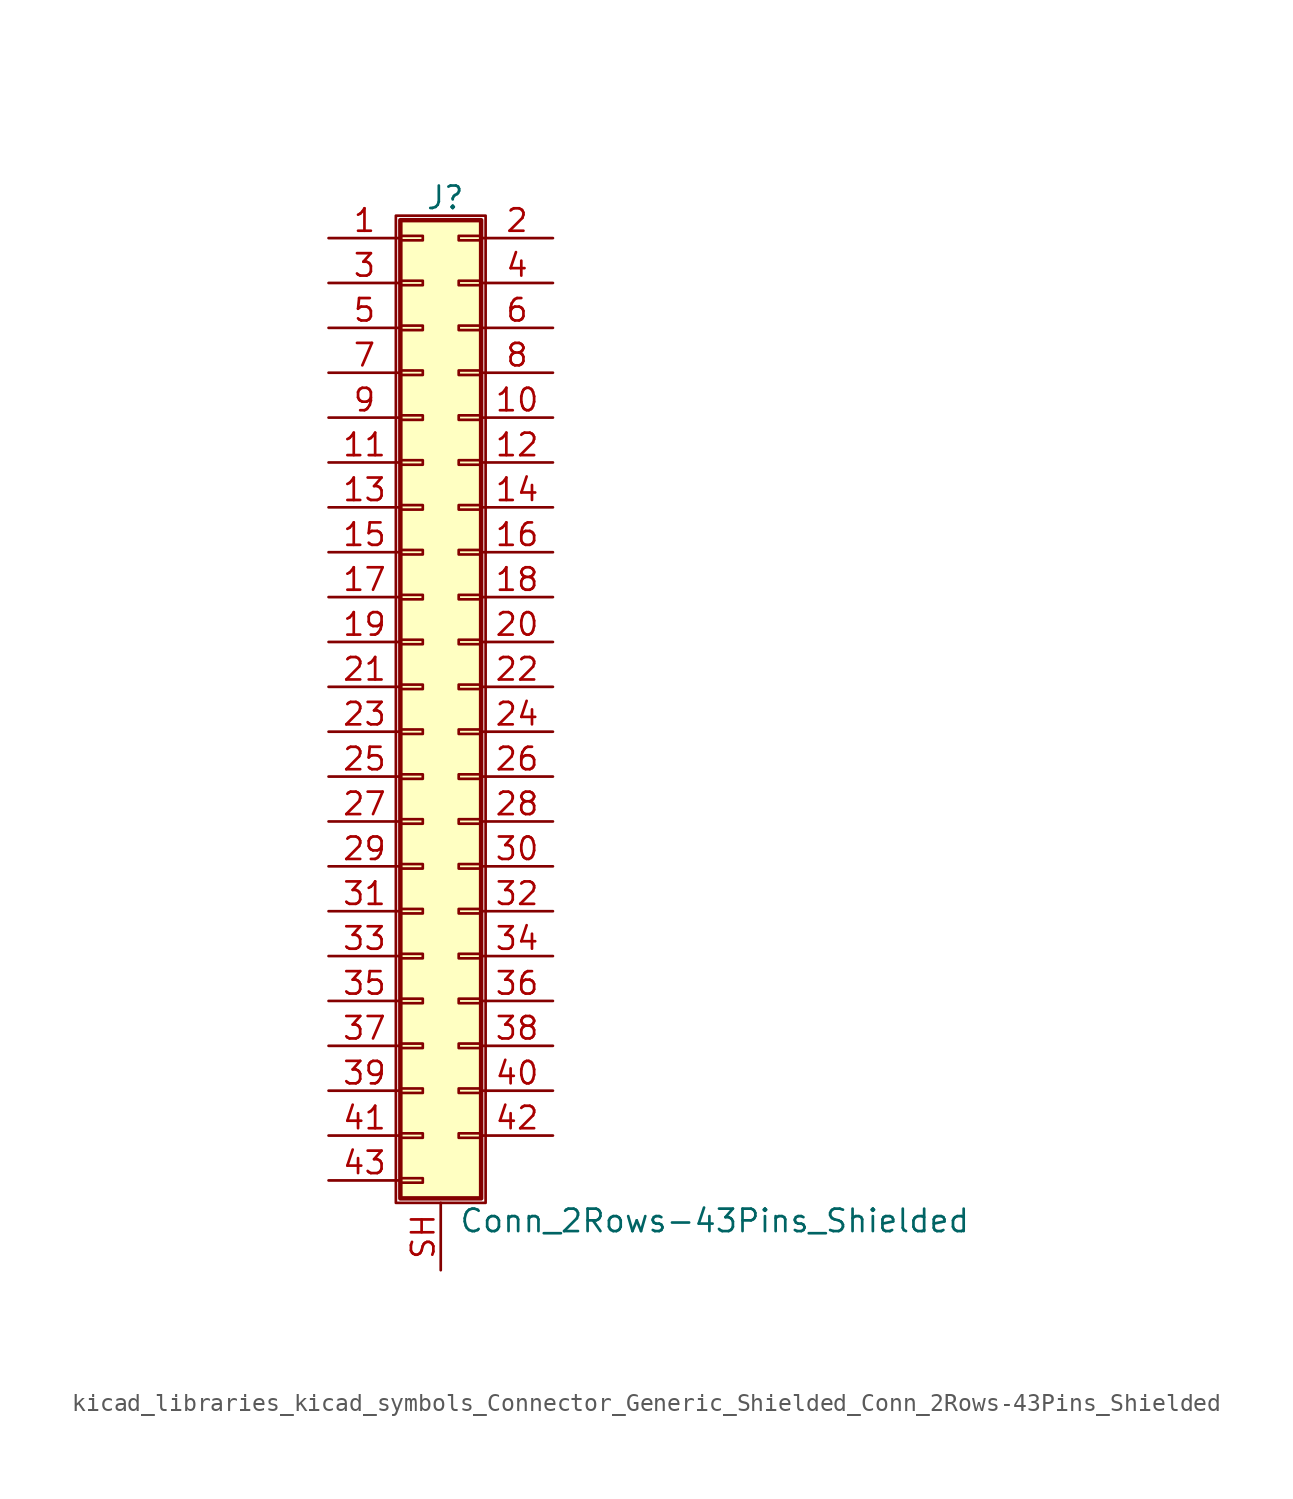
<source format=kicad_sym>
(kicad_symbol_lib
  (version 20220914)
  (generator kicad_symbol_editor)
  (symbol "kicad_libraries_kicad_symbols_Connector_Generic_Shielded_Conn_2Rows-43Pins_Shielded"
    (pin_names
      (offset 1.016) hide)
    (property "Reference" "J"
      (at 1.524 27.686 0)
      (effects (font (size 1.27 1.27))))
    (property "Value" "Conn_2Rows-43Pins_Shielded"
      (at 2.286 -30.226 0)
      (effects (font (size 1.27 1.27)) (justify left)))
    (symbol "kicad_libraries_kicad_symbols_Connector_Generic_Shielded_Conn_2Rows-43Pins_Shielded_1_1"
      (rectangle (start -1.27 26.67) (end 3.81 -29.21) (stroke (width 0.152) (type default)) (fill (type none)))
      (rectangle (start -1.016 -27.813) (end 0.254 -28.067) (stroke (width 0.152) (type default)) (fill (type none)))
      (rectangle (start -1.016 -25.273) (end 0.254 -25.527) (stroke (width 0.152) (type default)) (fill (type none)))
      (rectangle (start -1.016 -22.733) (end 0.254 -22.987) (stroke (width 0.152) (type default)) (fill (type none)))
      (rectangle (start -1.016 -20.193) (end 0.254 -20.447) (stroke (width 0.152) (type default)) (fill (type none)))
      (rectangle (start -1.016 -17.653) (end 0.254 -17.907) (stroke (width 0.152) (type default)) (fill (type none)))
      (rectangle (start -1.016 -15.113) (end 0.254 -15.367) (stroke (width 0.152) (type default)) (fill (type none)))
      (rectangle (start -1.016 -12.573) (end 0.254 -12.827) (stroke (width 0.152) (type default)) (fill (type none)))
      (rectangle (start -1.016 -10.033) (end 0.254 -10.287) (stroke (width 0.152) (type default)) (fill (type none)))
      (rectangle (start -1.016 -7.493) (end 0.254 -7.747) (stroke (width 0.152) (type default)) (fill (type none)))
      (rectangle (start -1.016 -4.953) (end 0.254 -5.207) (stroke (width 0.152) (type default)) (fill (type none)))
      (rectangle (start -1.016 -2.413) (end 0.254 -2.667) (stroke (width 0.152) (type default)) (fill (type none)))
      (rectangle (start -1.016 0.127) (end 0.254 -0.127) (stroke (width 0.152) (type default)) (fill (type none)))
      (rectangle (start -1.016 2.667) (end 0.254 2.413) (stroke (width 0.152) (type default)) (fill (type none)))
      (rectangle (start -1.016 5.207) (end 0.254 4.953) (stroke (width 0.152) (type default)) (fill (type none)))
      (rectangle (start -1.016 7.747) (end 0.254 7.493) (stroke (width 0.152) (type default)) (fill (type none)))
      (rectangle (start -1.016 10.287) (end 0.254 10.033) (stroke (width 0.152) (type default)) (fill (type none)))
      (rectangle (start -1.016 12.827) (end 0.254 12.573) (stroke (width 0.152) (type default)) (fill (type none)))
      (rectangle (start -1.016 15.367) (end 0.254 15.113) (stroke (width 0.152) (type default)) (fill (type none)))
      (rectangle (start -1.016 17.907) (end 0.254 17.653) (stroke (width 0.152) (type default)) (fill (type none)))
      (rectangle (start -1.016 20.447) (end 0.254 20.193) (stroke (width 0.152) (type default)) (fill (type none)))
      (rectangle (start -1.016 22.987) (end 0.254 22.733) (stroke (width 0.152) (type default)) (fill (type none)))
      (rectangle (start -1.016 25.527) (end 0.254 25.273) (stroke (width 0.152) (type default)) (fill (type none)))
      (rectangle (start -1.016 26.416) (end 3.556 -28.956) (stroke (width 0.254) (type default)) (fill (type background)))
      (rectangle (start 3.556 -25.273) (end 2.286 -25.527) (stroke (width 0.152) (type default)) (fill (type none)))
      (rectangle (start 3.556 -22.733) (end 2.286 -22.987) (stroke (width 0.152) (type default)) (fill (type none)))
      (rectangle (start 3.556 -20.193) (end 2.286 -20.447) (stroke (width 0.152) (type default)) (fill (type none)))
      (rectangle (start 3.556 -17.653) (end 2.286 -17.907) (stroke (width 0.152) (type default)) (fill (type none)))
      (rectangle (start 3.556 -15.113) (end 2.286 -15.367) (stroke (width 0.152) (type default)) (fill (type none)))
      (rectangle (start 3.556 -12.573) (end 2.286 -12.827) (stroke (width 0.152) (type default)) (fill (type none)))
      (rectangle (start 3.556 -10.033) (end 2.286 -10.287) (stroke (width 0.152) (type default)) (fill (type none)))
      (rectangle (start 3.556 -7.493) (end 2.286 -7.747) (stroke (width 0.152) (type default)) (fill (type none)))
      (rectangle (start 3.556 -4.953) (end 2.286 -5.207) (stroke (width 0.152) (type default)) (fill (type none)))
      (rectangle (start 3.556 -2.413) (end 2.286 -2.667) (stroke (width 0.152) (type default)) (fill (type none)))
      (rectangle (start 3.556 0.127) (end 2.286 -0.127) (stroke (width 0.152) (type default)) (fill (type none)))
      (rectangle (start 3.556 2.667) (end 2.286 2.413) (stroke (width 0.152) (type default)) (fill (type none)))
      (rectangle (start 3.556 5.207) (end 2.286 4.953) (stroke (width 0.152) (type default)) (fill (type none)))
      (rectangle (start 3.556 7.747) (end 2.286 7.493) (stroke (width 0.152) (type default)) (fill (type none)))
      (rectangle (start 3.556 10.287) (end 2.286 10.033) (stroke (width 0.152) (type default)) (fill (type none)))
      (rectangle (start 3.556 12.827) (end 2.286 12.573) (stroke (width 0.152) (type default)) (fill (type none)))
      (rectangle (start 3.556 15.367) (end 2.286 15.113) (stroke (width 0.152) (type default)) (fill (type none)))
      (rectangle (start 3.556 17.907) (end 2.286 17.653) (stroke (width 0.152) (type default)) (fill (type none)))
      (rectangle (start 3.556 20.447) (end 2.286 20.193) (stroke (width 0.152) (type default)) (fill (type none)))
      (rectangle (start 3.556 22.987) (end 2.286 22.733) (stroke (width 0.152) (type default)) (fill (type none)))
      (rectangle (start 3.556 25.527) (end 2.286 25.273) (stroke (width 0.152) (type default)) (fill (type none)))
      (pin passive line (at -5.08 25.4 0) (length 4.064) (name "Pin_1" (effects (font (size 1.27 1.27)))) (number "1" (effects (font (size 1.27 1.27)))))
      (pin passive line (at 7.62 15.24 180) (length 4.064) (name "Pin_10" (effects (font (size 1.27 1.27)))) (number "10" (effects (font (size 1.27 1.27)))))
      (pin passive line (at -5.08 12.7 0) (length 4.064) (name "Pin_11" (effects (font (size 1.27 1.27)))) (number "11" (effects (font (size 1.27 1.27)))))
      (pin passive line (at 7.62 12.7 180) (length 4.064) (name "Pin_12" (effects (font (size 1.27 1.27)))) (number "12" (effects (font (size 1.27 1.27)))))
      (pin passive line (at -5.08 10.16 0) (length 4.064) (name "Pin_13" (effects (font (size 1.27 1.27)))) (number "13" (effects (font (size 1.27 1.27)))))
      (pin passive line (at 7.62 10.16 180) (length 4.064) (name "Pin_14" (effects (font (size 1.27 1.27)))) (number "14" (effects (font (size 1.27 1.27)))))
      (pin passive line (at -5.08 7.62 0) (length 4.064) (name "Pin_15" (effects (font (size 1.27 1.27)))) (number "15" (effects (font (size 1.27 1.27)))))
      (pin passive line (at 7.62 7.62 180) (length 4.064) (name "Pin_16" (effects (font (size 1.27 1.27)))) (number "16" (effects (font (size 1.27 1.27)))))
      (pin passive line (at -5.08 5.08 0) (length 4.064) (name "Pin_17" (effects (font (size 1.27 1.27)))) (number "17" (effects (font (size 1.27 1.27)))))
      (pin passive line (at 7.62 5.08 180) (length 4.064) (name "Pin_18" (effects (font (size 1.27 1.27)))) (number "18" (effects (font (size 1.27 1.27)))))
      (pin passive line (at -5.08 2.54 0) (length 4.064) (name "Pin_19" (effects (font (size 1.27 1.27)))) (number "19" (effects (font (size 1.27 1.27)))))
      (pin passive line (at 7.62 25.4 180) (length 4.064) (name "Pin_2" (effects (font (size 1.27 1.27)))) (number "2" (effects (font (size 1.27 1.27)))))
      (pin passive line (at 7.62 2.54 180) (length 4.064) (name "Pin_20" (effects (font (size 1.27 1.27)))) (number "20" (effects (font (size 1.27 1.27)))))
      (pin passive line (at -5.08 0 0) (length 4.064) (name "Pin_21" (effects (font (size 1.27 1.27)))) (number "21" (effects (font (size 1.27 1.27)))))
      (pin passive line (at 7.62 0 180) (length 4.064) (name "Pin_22" (effects (font (size 1.27 1.27)))) (number "22" (effects (font (size 1.27 1.27)))))
      (pin passive line (at -5.08 -2.54 0) (length 4.064) (name "Pin_23" (effects (font (size 1.27 1.27)))) (number "23" (effects (font (size 1.27 1.27)))))
      (pin passive line (at 7.62 -2.54 180) (length 4.064) (name "Pin_24" (effects (font (size 1.27 1.27)))) (number "24" (effects (font (size 1.27 1.27)))))
      (pin passive line (at -5.08 -5.08 0) (length 4.064) (name "Pin_25" (effects (font (size 1.27 1.27)))) (number "25" (effects (font (size 1.27 1.27)))))
      (pin passive line (at 7.62 -5.08 180) (length 4.064) (name "Pin_26" (effects (font (size 1.27 1.27)))) (number "26" (effects (font (size 1.27 1.27)))))
      (pin passive line (at -5.08 -7.62 0) (length 4.064) (name "Pin_27" (effects (font (size 1.27 1.27)))) (number "27" (effects (font (size 1.27 1.27)))))
      (pin passive line (at 7.62 -7.62 180) (length 4.064) (name "Pin_28" (effects (font (size 1.27 1.27)))) (number "28" (effects (font (size 1.27 1.27)))))
      (pin passive line (at -5.08 -10.16 0) (length 4.064) (name "Pin_29" (effects (font (size 1.27 1.27)))) (number "29" (effects (font (size 1.27 1.27)))))
      (pin passive line (at -5.08 22.86 0) (length 4.064) (name "Pin_3" (effects (font (size 1.27 1.27)))) (number "3" (effects (font (size 1.27 1.27)))))
      (pin passive line (at 7.62 -10.16 180) (length 4.064) (name "Pin_30" (effects (font (size 1.27 1.27)))) (number "30" (effects (font (size 1.27 1.27)))))
      (pin passive line (at -5.08 -12.7 0) (length 4.064) (name "Pin_31" (effects (font (size 1.27 1.27)))) (number "31" (effects (font (size 1.27 1.27)))))
      (pin passive line (at 7.62 -12.7 180) (length 4.064) (name "Pin_32" (effects (font (size 1.27 1.27)))) (number "32" (effects (font (size 1.27 1.27)))))
      (pin passive line (at -5.08 -15.24 0) (length 4.064) (name "Pin_33" (effects (font (size 1.27 1.27)))) (number "33" (effects (font (size 1.27 1.27)))))
      (pin passive line (at 7.62 -15.24 180) (length 4.064) (name "Pin_34" (effects (font (size 1.27 1.27)))) (number "34" (effects (font (size 1.27 1.27)))))
      (pin passive line (at -5.08 -17.78 0) (length 4.064) (name "Pin_35" (effects (font (size 1.27 1.27)))) (number "35" (effects (font (size 1.27 1.27)))))
      (pin passive line (at 7.62 -17.78 180) (length 4.064) (name "Pin_36" (effects (font (size 1.27 1.27)))) (number "36" (effects (font (size 1.27 1.27)))))
      (pin passive line (at -5.08 -20.32 0) (length 4.064) (name "Pin_37" (effects (font (size 1.27 1.27)))) (number "37" (effects (font (size 1.27 1.27)))))
      (pin passive line (at 7.62 -20.32 180) (length 4.064) (name "Pin_38" (effects (font (size 1.27 1.27)))) (number "38" (effects (font (size 1.27 1.27)))))
      (pin passive line (at -5.08 -22.86 0) (length 4.064) (name "Pin_39" (effects (font (size 1.27 1.27)))) (number "39" (effects (font (size 1.27 1.27)))))
      (pin passive line (at 7.62 22.86 180) (length 4.064) (name "Pin_4" (effects (font (size 1.27 1.27)))) (number "4" (effects (font (size 1.27 1.27)))))
      (pin passive line (at 7.62 -22.86 180) (length 4.064) (name "Pin_40" (effects (font (size 1.27 1.27)))) (number "40" (effects (font (size 1.27 1.27)))))
      (pin passive line (at -5.08 -25.4 0) (length 4.064) (name "Pin_41" (effects (font (size 1.27 1.27)))) (number "41" (effects (font (size 1.27 1.27)))))
      (pin passive line (at 7.62 -25.4 180) (length 4.064) (name "Pin_42" (effects (font (size 1.27 1.27)))) (number "42" (effects (font (size 1.27 1.27)))))
      (pin passive line (at -5.08 -27.94 0) (length 4.064) (name "Pin_43" (effects (font (size 1.27 1.27)))) (number "43" (effects (font (size 1.27 1.27)))))
      (pin passive line (at -5.08 20.32 0) (length 4.064) (name "Pin_5" (effects (font (size 1.27 1.27)))) (number "5" (effects (font (size 1.27 1.27)))))
      (pin passive line (at 7.62 20.32 180) (length 4.064) (name "Pin_6" (effects (font (size 1.27 1.27)))) (number "6" (effects (font (size 1.27 1.27)))))
      (pin passive line (at -5.08 17.78 0) (length 4.064) (name "Pin_7" (effects (font (size 1.27 1.27)))) (number "7" (effects (font (size 1.27 1.27)))))
      (pin passive line (at 7.62 17.78 180) (length 4.064) (name "Pin_8" (effects (font (size 1.27 1.27)))) (number "8" (effects (font (size 1.27 1.27)))))
      (pin passive line (at -5.08 15.24 0) (length 4.064) (name "Pin_9" (effects (font (size 1.27 1.27)))) (number "9" (effects (font (size 1.27 1.27)))))
      (pin passive line (at 1.27 -33.02 90) (length 3.81) (name "Shield" (effects (font (size 1.27 1.27)))) (number "SH" (effects (font (size 1.27 1.27))))))))
</source>
